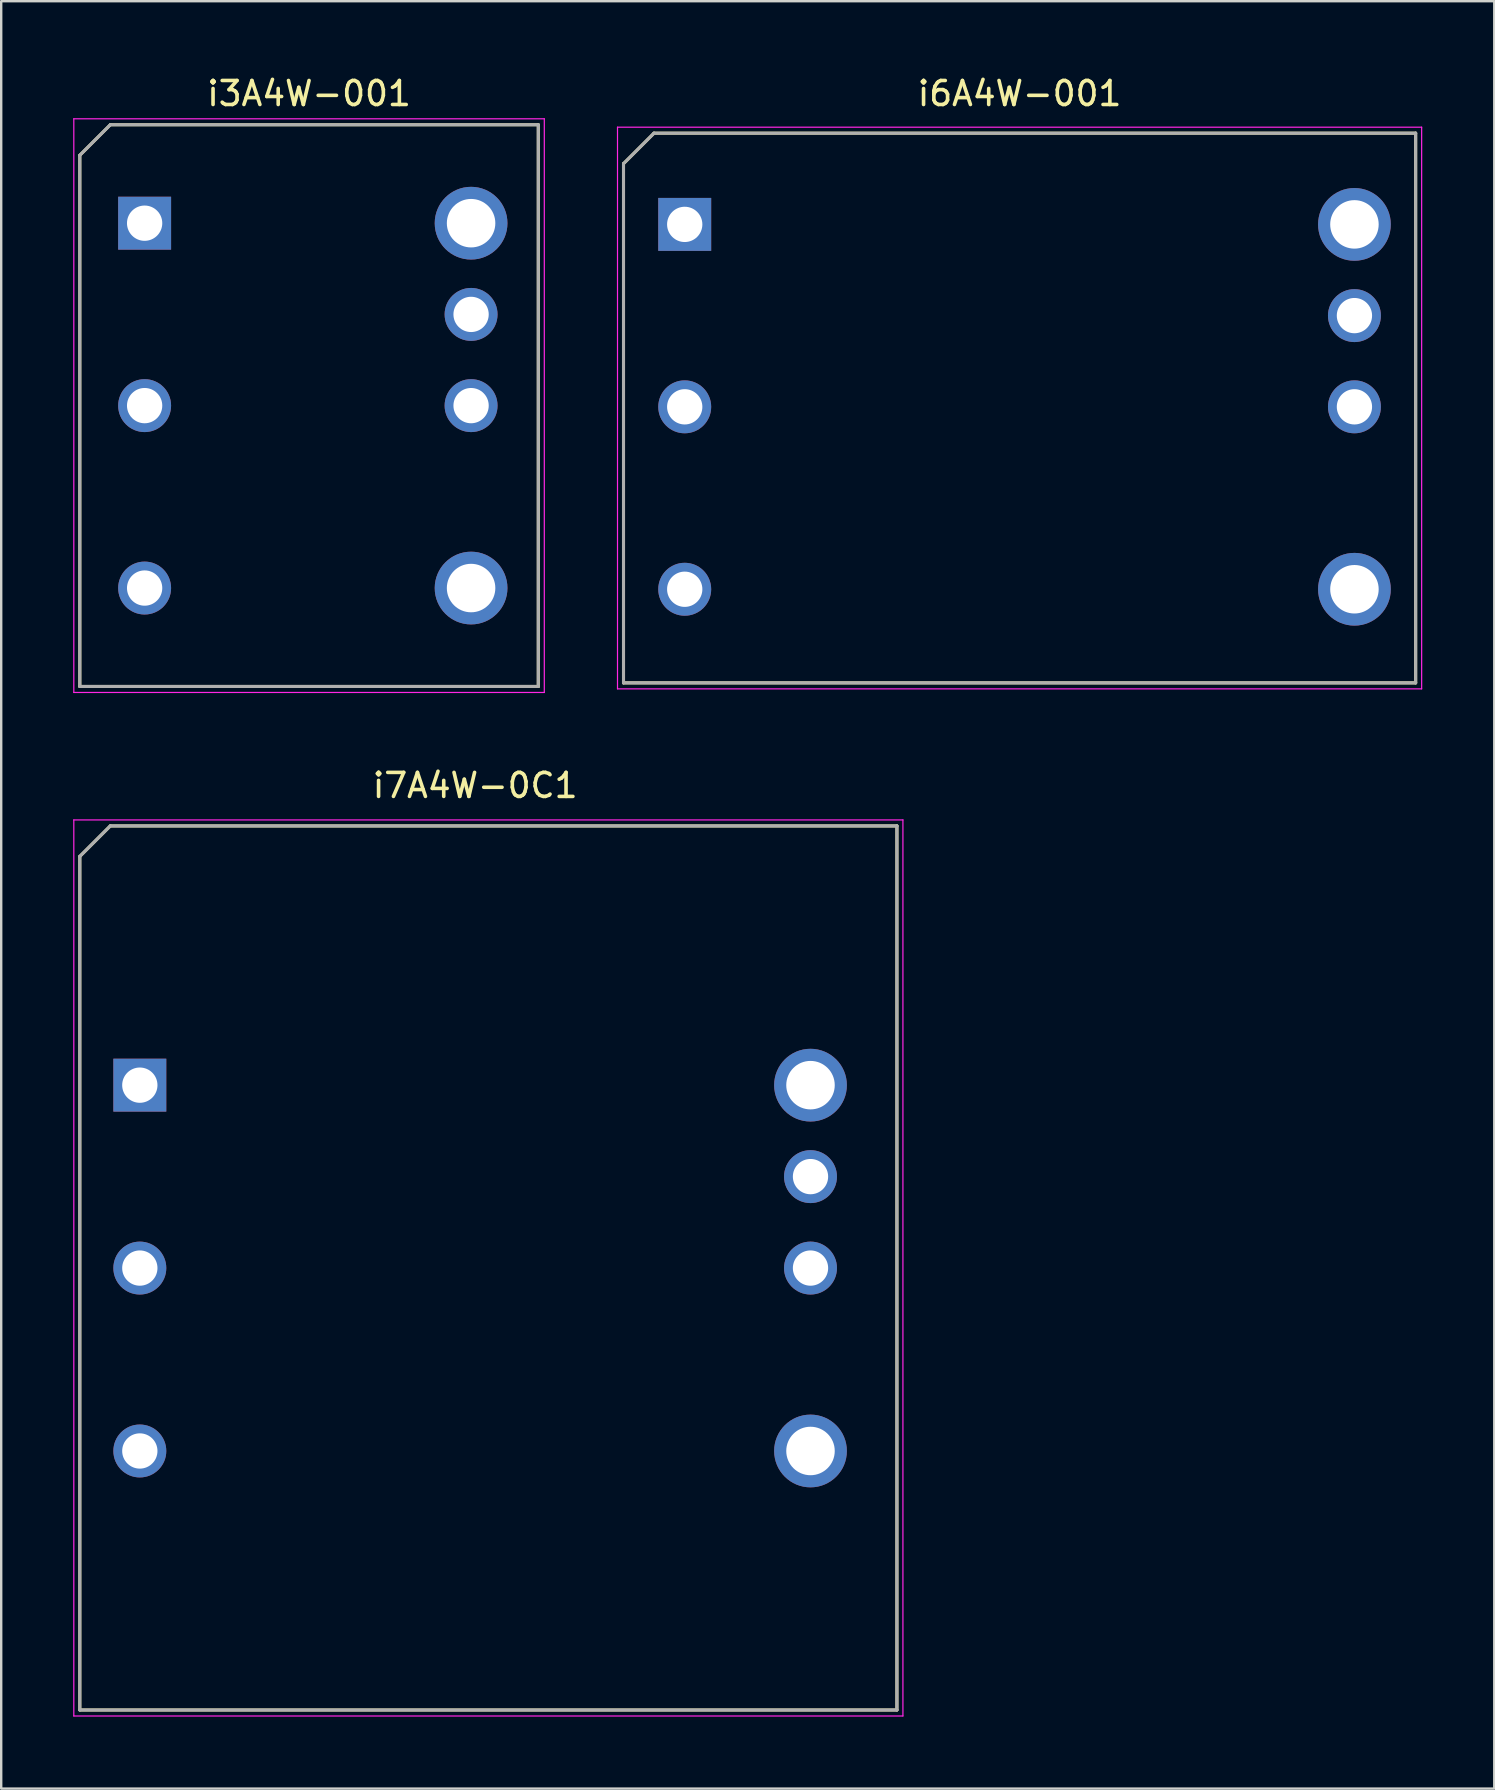
<source format=kicad_pcb>
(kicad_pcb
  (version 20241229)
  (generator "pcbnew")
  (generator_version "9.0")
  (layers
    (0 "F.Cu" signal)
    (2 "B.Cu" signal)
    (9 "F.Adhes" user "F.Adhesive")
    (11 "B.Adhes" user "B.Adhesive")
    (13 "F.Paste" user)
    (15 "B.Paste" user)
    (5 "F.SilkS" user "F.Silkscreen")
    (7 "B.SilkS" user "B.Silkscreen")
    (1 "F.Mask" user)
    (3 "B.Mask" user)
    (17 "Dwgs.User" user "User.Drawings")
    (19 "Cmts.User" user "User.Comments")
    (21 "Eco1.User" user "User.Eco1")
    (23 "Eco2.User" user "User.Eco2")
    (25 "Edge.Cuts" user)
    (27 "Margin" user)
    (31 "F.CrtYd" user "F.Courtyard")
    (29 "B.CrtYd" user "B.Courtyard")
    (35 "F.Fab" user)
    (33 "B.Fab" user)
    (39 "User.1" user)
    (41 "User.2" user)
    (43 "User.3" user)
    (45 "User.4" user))
  (footprint "i7A4W-0C1"
    (layer "F.Cu")
    (at 16.745 49.772)
    (property "Reference" "i7A4W-0C1" (at 0 -20.1 0) (layer "F.SilkS") (effects (font (size 1 1) (thickness 0.15))))
    (attr through_hole)
    (fp_line (start -16.47 -17.145) (end -15.2 -18.415) (stroke (width 0.127) (type solid)) (layer "F.SilkS"))
    (fp_line (start -16.47 18.415) (end -16.47 -17.145) (stroke (width 0.127) (type solid)) (layer "F.SilkS"))
    (fp_line (start -15.2 -18.415) (end 17.57 -18.415) (stroke (width 0.127) (type solid)) (layer "F.SilkS"))
    (fp_line (start 17.57 -18.415) (end 17.57 18.415) (stroke (width 0.127) (type solid)) (layer "F.SilkS"))
    (fp_line (start 17.57 18.415) (end -16.47 18.415) (stroke (width 0.127) (type solid)) (layer "F.SilkS"))
    (fp_line (start -16.72 -18.665) (end -16.72 18.665) (stroke (width 0.05) (type solid)) (layer "F.CrtYd"))
    (fp_line (start -16.72 18.665) (end 17.82 18.665) (stroke (width 0.05) (type solid)) (layer "F.CrtYd"))
    (fp_line (start 17.82 -18.665) (end -16.72 -18.665) (stroke (width 0.05) (type solid)) (layer "F.CrtYd"))
    (fp_line (start 17.82 18.665) (end 17.82 -18.665) (stroke (width 0.05) (type solid)) (layer "F.CrtYd"))
    (fp_line (start -16.47 -17.145) (end -15.2 -18.415) (stroke (width 0.127) (type solid)) (layer "F.Fab"))
    (fp_line (start -16.47 18.415) (end -16.47 -17.145) (stroke (width 0.127) (type solid)) (layer "F.Fab"))
    (fp_line (start -15.2 -18.415) (end 17.57 -18.415) (stroke (width 0.127) (type solid)) (layer "F.Fab"))
    (fp_line (start 17.57 -18.415) (end 17.57 18.415) (stroke (width 0.127) (type solid)) (layer "F.Fab"))
    (fp_line (start 17.57 18.415) (end -16.47 18.415) (stroke (width 0.127) (type solid)) (layer "F.Fab"))
    (pad "1" thru_hole rect (at -13.97 -7.615) (size 2.205 2.205) (drill 1.47) (layers "*.Cu" "*.Mask"))
    (pad "2" thru_hole circle (at -13.97 0.005) (size 2.205 2.205) (drill 1.47) (layers "*.Cu" "*.Mask"))
    (pad "3" thru_hole circle (at -13.97 7.625) (size 2.205 2.205) (drill 1.47) (layers "*.Cu" "*.Mask"))
    (pad "4" thru_hole circle (at 13.97 7.625) (size 3.03 3.03) (drill 2.02) (layers "*.Cu" "*.Mask"))
    (pad "6" thru_hole circle (at 13.97 0.005) (size 2.205 2.205) (drill 1.47) (layers "*.Cu" "*.Mask"))
    (pad "7" thru_hole circle (at 13.97 -3.805) (size 2.205 2.205) (drill 1.47) (layers "*.Cu" "*.Mask"))
    (pad "8" thru_hole circle (at 13.97 -7.615) (size 3.03 3.03) (drill 2.02) (layers "*.Cu" "*.Mask")))
  (footprint "i3A4W-001"
    (layer "F.Cu")
    (at 9.825 13.848)
    (property "Reference" "i3A4W-001" (at 0 -13 0) (layer "F.SilkS") (effects (font (size 1 1) (thickness 0.15))))
    (attr through_hole)
    (fp_line (start -9.55 -10.43) (end -8.28 -11.7) (stroke (width 0.127) (type solid)) (layer "F.SilkS"))
    (fp_line (start -9.55 11.7) (end -9.55 -10.43) (stroke (width 0.127) (type solid)) (layer "F.SilkS"))
    (fp_line (start -8.28 -11.7) (end 9.55 -11.7) (stroke (width 0.127) (type solid)) (layer "F.SilkS"))
    (fp_line (start 9.55 -11.7) (end 9.55 11.7) (stroke (width 0.127) (type solid)) (layer "F.SilkS"))
    (fp_line (start 9.55 11.7) (end -9.55 11.7) (stroke (width 0.127) (type solid)) (layer "F.SilkS"))
    (fp_line (start -9.8 -11.95) (end -9.8 11.95) (stroke (width 0.05) (type solid)) (layer "F.CrtYd"))
    (fp_line (start -9.8 11.95) (end 9.8 11.95) (stroke (width 0.05) (type solid)) (layer "F.CrtYd"))
    (fp_line (start 9.8 -11.95) (end -9.8 -11.95) (stroke (width 0.05) (type solid)) (layer "F.CrtYd"))
    (fp_line (start 9.8 11.95) (end 9.8 -11.95) (stroke (width 0.05) (type solid)) (layer "F.CrtYd"))
    (fp_line (start -9.55 -10.43) (end -8.28 -11.7) (stroke (width 0.127) (type solid)) (layer "F.Fab"))
    (fp_line (start -9.55 11.7) (end -9.55 -10.43) (stroke (width 0.127) (type solid)) (layer "F.Fab"))
    (fp_line (start -8.28 -11.7) (end 9.55 -11.7) (stroke (width 0.127) (type solid)) (layer "F.Fab"))
    (fp_line (start 9.55 -11.7) (end 9.55 11.7) (stroke (width 0.127) (type solid)) (layer "F.Fab"))
    (fp_line (start 9.55 11.7) (end -9.55 11.7) (stroke (width 0.127) (type solid)) (layer "F.Fab"))
    (pad "1" thru_hole rect (at -6.85 -7.6) (size 2.205 2.205) (drill 1.47) (layers "*.Cu" "*.Mask"))
    (pad "2" thru_hole circle (at -6.85 0) (size 2.205 2.205) (drill 1.47) (layers "*.Cu" "*.Mask"))
    (pad "3" thru_hole circle (at -6.85 7.6) (size 2.205 2.205) (drill 1.47) (layers "*.Cu" "*.Mask"))
    (pad "4" thru_hole circle (at 6.75 7.6) (size 3.03 3.03) (drill 2.02) (layers "*.Cu" "*.Mask"))
    (pad "6" thru_hole circle (at 6.75 0) (size 2.205 2.205) (drill 1.47) (layers "*.Cu" "*.Mask"))
    (pad "7" thru_hole circle (at 6.75 -3.8) (size 2.205 2.205) (drill 1.47) (layers "*.Cu" "*.Mask"))
    (pad "8" thru_hole circle (at 6.75 -7.6) (size 3.03 3.03) (drill 2.02) (layers "*.Cu" "*.Mask")))
  (footprint "i6A4W-001"
    (layer "F.Cu")
    (at 39.425 13.948)
    (property "Reference" "i6A4W-001" (at 0 -13.1 0) (layer "F.SilkS") (effects (font (size 1 1) (thickness 0.15))))
    (attr through_hole)
    (fp_line (start -16.5 -10.18) (end -15.23 -11.45) (stroke (width 0.127) (type solid)) (layer "F.SilkS"))
    (fp_line (start -16.5 11.45) (end -16.5 -10.18) (stroke (width 0.127) (type solid)) (layer "F.SilkS"))
    (fp_line (start -15.23 -11.45) (end 16.5 -11.45) (stroke (width 0.127) (type solid)) (layer "F.SilkS"))
    (fp_line (start 16.5 -11.45) (end 16.5 11.45) (stroke (width 0.127) (type solid)) (layer "F.SilkS"))
    (fp_line (start 16.5 11.45) (end -16.5 11.45) (stroke (width 0.127) (type solid)) (layer "F.SilkS"))
    (fp_line (start -16.75 -11.7) (end -16.75 11.7) (stroke (width 0.05) (type solid)) (layer "F.CrtYd"))
    (fp_line (start -16.75 11.7) (end 16.75 11.7) (stroke (width 0.05) (type solid)) (layer "F.CrtYd"))
    (fp_line (start 16.75 -11.7) (end -16.75 -11.7) (stroke (width 0.05) (type solid)) (layer "F.CrtYd"))
    (fp_line (start 16.75 11.7) (end 16.75 -11.7) (stroke (width 0.05) (type solid)) (layer "F.CrtYd"))
    (fp_line (start -16.5 -10.18) (end -15.23 -11.45) (stroke (width 0.127) (type solid)) (layer "F.Fab"))
    (fp_line (start -16.5 11.45) (end -16.5 -10.18) (stroke (width 0.127) (type solid)) (layer "F.Fab"))
    (fp_line (start -15.23 -11.45) (end 16.5 -11.45) (stroke (width 0.127) (type solid)) (layer "F.Fab"))
    (fp_line (start 16.5 -11.45) (end 16.5 11.45) (stroke (width 0.127) (type solid)) (layer "F.Fab"))
    (fp_line (start 16.5 11.45) (end -16.5 11.45) (stroke (width 0.127) (type solid)) (layer "F.Fab"))
    (pad "1" thru_hole rect (at -13.95 -7.65) (size 2.205 2.205) (drill 1.47) (layers "*.Cu" "*.Mask"))
    (pad "2" thru_hole circle (at -13.95 -0.05) (size 2.205 2.205) (drill 1.47) (layers "*.Cu" "*.Mask"))
    (pad "3" thru_hole circle (at -13.95 7.55) (size 2.205 2.205) (drill 1.47) (layers "*.Cu" "*.Mask"))
    (pad "4" thru_hole circle (at 13.95 7.55) (size 3.03 3.03) (drill 2.02) (layers "*.Cu" "*.Mask"))
    (pad "6" thru_hole circle (at 13.95 -0.05) (size 2.205 2.205) (drill 1.47) (layers "*.Cu" "*.Mask"))
    (pad "7" thru_hole circle (at 13.95 -3.85) (size 2.205 2.205) (drill 1.47) (layers "*.Cu" "*.Mask"))
    (pad "8" thru_hole circle (at 13.95 -7.65) (size 3.03 3.03) (drill 2.02) (layers "*.Cu" "*.Mask")))
  (gr_rect
    (start -3 -3)
    (end 59.2 71.462)
    (stroke (width 0.1) (type default))
    (fill no)
    (layer "Edge.Cuts")))
</source>
